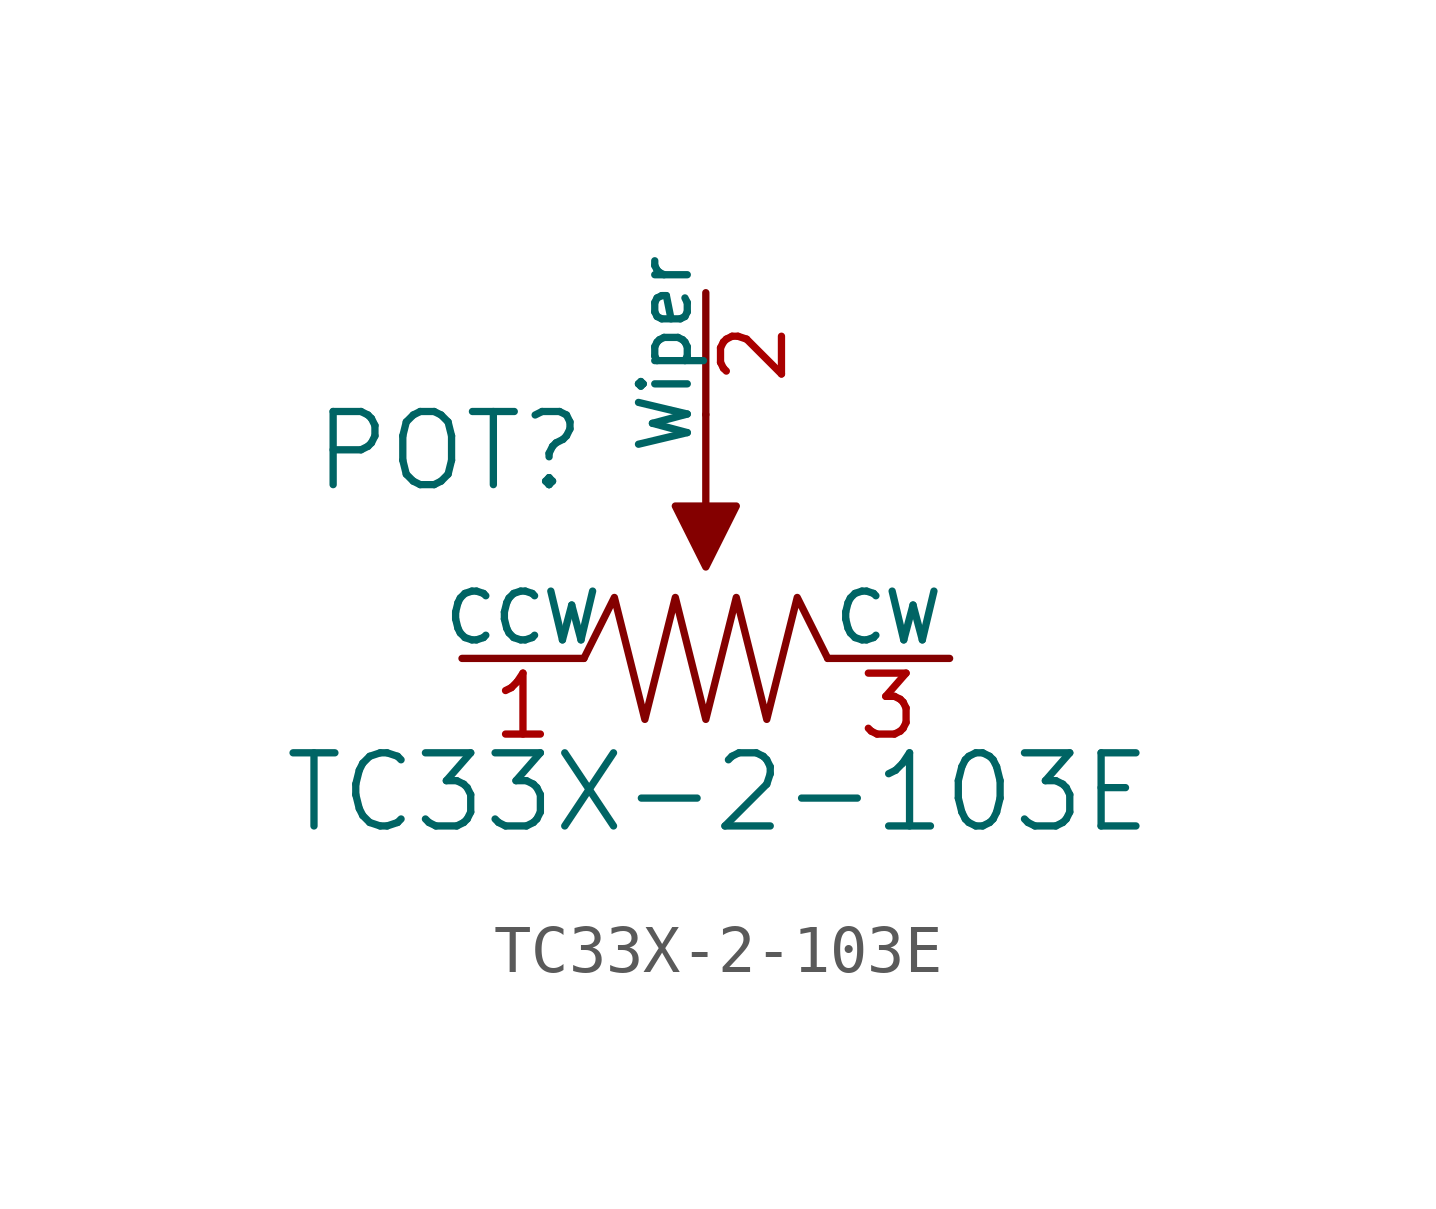
<source format=kicad_sym>
(kicad_symbol_lib
  (version 20220914)
  (generator kicad_symbol_editor)
  (symbol "TC33X-2-103E"
    (pin_names
      (offset 0))
    (property "Reference" "POT"
      (at -5.334 4.318 0)
      (effects (font (size 1.524 1.524))))
    (property "Value" "TC33X-2-103E"
      (at 0.254 -2.794 0)
      (effects (font (size 1.524 1.524))))
    (symbol "TC33X-2-103E_0_1"
      (polyline (pts (xy 0 5.08) (xy 0 3.175)) (stroke (width 0) (type solid)) (fill (type none)))
      (polyline (pts (xy -0.635 3.175) (xy 0.635 3.175) (xy 0 1.905) (xy -0.635 3.175)) (stroke (width 0) (type solid)) (fill (type outline)))
      (polyline (pts (xy -2.54 0) (xy -1.905 1.27) (xy -1.27 -1.27) (xy -0.635 1.27) (xy 0 -1.27) (xy 0.635 1.27) (xy 1.27 -1.27) (xy 1.905 1.27) (xy 2.54 0)) (stroke (width 0) (type solid)) (fill (type none))))
    (symbol "TC33X-2-103E_1_1"
      (pin passive line (at -5.08 0 0) (length 2.54) (name "CCW" (effects (font (size 1.016 1.016)))) (number "1" (effects (font (size 1.27 1.27)))))
      (pin passive line (at 0 7.62 270) (length 2.54) (name "Wiper" (effects (font (size 1.016 1.016)))) (number "2" (effects (font (size 1.27 1.27)))))
      (pin passive line (at 5.08 0 180) (length 2.54) (name "CW" (effects (font (size 1.016 1.016)))) (number "3" (effects (font (size 1.27 1.27))))))))
</source>
